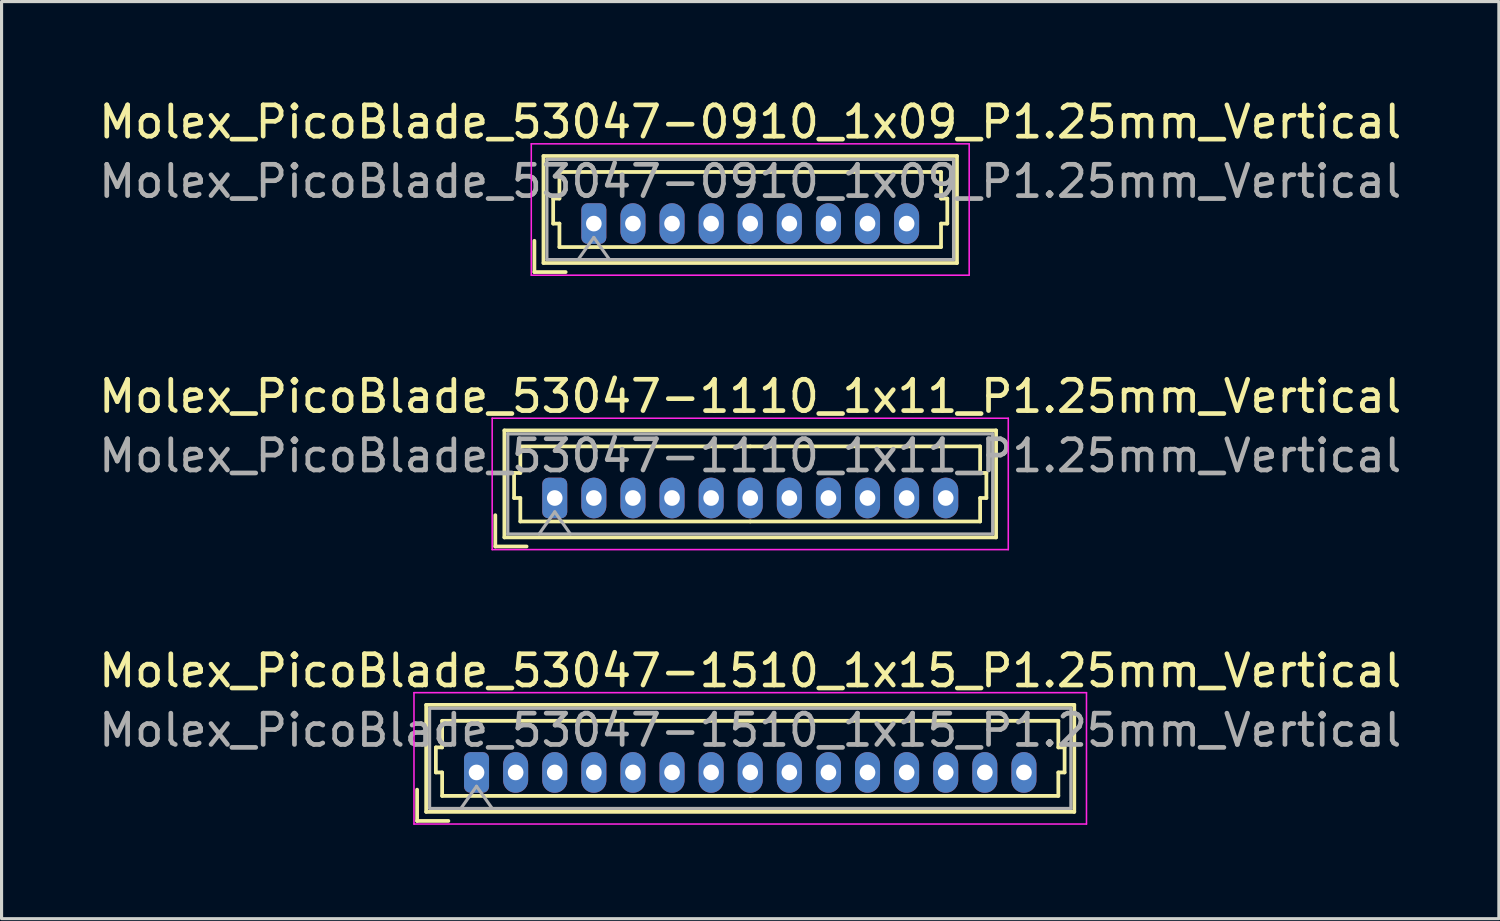
<source format=kicad_pcb>
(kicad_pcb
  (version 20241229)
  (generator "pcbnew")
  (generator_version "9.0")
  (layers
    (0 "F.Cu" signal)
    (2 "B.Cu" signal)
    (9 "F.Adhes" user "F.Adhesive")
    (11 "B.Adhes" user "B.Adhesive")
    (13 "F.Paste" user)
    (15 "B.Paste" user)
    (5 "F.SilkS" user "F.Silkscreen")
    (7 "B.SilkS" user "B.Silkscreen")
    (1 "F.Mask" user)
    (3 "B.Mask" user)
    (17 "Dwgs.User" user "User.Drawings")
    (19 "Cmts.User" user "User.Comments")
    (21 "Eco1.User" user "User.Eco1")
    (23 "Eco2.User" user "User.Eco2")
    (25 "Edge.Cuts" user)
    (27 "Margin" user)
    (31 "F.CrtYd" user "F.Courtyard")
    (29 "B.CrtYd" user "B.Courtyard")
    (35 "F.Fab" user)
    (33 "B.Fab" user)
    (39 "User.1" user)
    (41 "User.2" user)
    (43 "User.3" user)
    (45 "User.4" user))
  (footprint "Molex_PicoBlade_53047-0910_1x09_P1.25mm_Vertical"
    (layer "F.Cu")
    (at 15.935 4.098)
    (property "Reference" "Molex_PicoBlade_53047-0910_1x09_P1.25mm_Vertical" (at 5 -3.25 0) (layer "F.SilkS") (effects (font (size 1 1) (thickness 0.15))))
    (attr through_hole)
    (fp_line (start -1.9 1.55) (end -1.9 0.55) (stroke (width 0.12) (type solid)) (layer "F.SilkS"))
    (fp_line (start -1.9 1.55) (end -0.9 1.55) (stroke (width 0.12) (type solid)) (layer "F.SilkS"))
    (fp_line (start -1.61 -2.16) (end -1.61 1.26) (stroke (width 0.12) (type solid)) (layer "F.SilkS"))
    (fp_line (start -1.61 1.26) (end 11.61 1.26) (stroke (width 0.12) (type solid)) (layer "F.SilkS"))
    (fp_line (start -1.3 -0.8) (end -1.1 -0.8) (stroke (width 0.12) (type solid)) (layer "F.SilkS"))
    (fp_line (start -1.3 0) (end -1.3 -0.8) (stroke (width 0.12) (type solid)) (layer "F.SilkS"))
    (fp_line (start -1.1 -1.65) (end 5 -1.65) (stroke (width 0.12) (type solid)) (layer "F.SilkS"))
    (fp_line (start -1.1 -0.8) (end -1.1 -1.65) (stroke (width 0.12) (type solid)) (layer "F.SilkS"))
    (fp_line (start -1.1 0) (end -1.3 0) (stroke (width 0.12) (type solid)) (layer "F.SilkS"))
    (fp_line (start -1.1 0.75) (end -1.1 0) (stroke (width 0.12) (type solid)) (layer "F.SilkS"))
    (fp_line (start 5 0.75) (end -1.1 0.75) (stroke (width 0.12) (type solid)) (layer "F.SilkS"))
    (fp_line (start 5 0.75) (end 11.1 0.75) (stroke (width 0.12) (type solid)) (layer "F.SilkS"))
    (fp_line (start 11.1 -1.65) (end 5 -1.65) (stroke (width 0.12) (type solid)) (layer "F.SilkS"))
    (fp_line (start 11.1 -0.8) (end 11.1 -1.65) (stroke (width 0.12) (type solid)) (layer "F.SilkS"))
    (fp_line (start 11.1 0) (end 11.3 0) (stroke (width 0.12) (type solid)) (layer "F.SilkS"))
    (fp_line (start 11.1 0.75) (end 11.1 0) (stroke (width 0.12) (type solid)) (layer "F.SilkS"))
    (fp_line (start 11.3 -0.8) (end 11.1 -0.8) (stroke (width 0.12) (type solid)) (layer "F.SilkS"))
    (fp_line (start 11.3 0) (end 11.3 -0.8) (stroke (width 0.12) (type solid)) (layer "F.SilkS"))
    (fp_line (start 11.61 -2.16) (end -1.61 -2.16) (stroke (width 0.12) (type solid)) (layer "F.SilkS"))
    (fp_line (start 11.61 1.26) (end 11.61 -2.16) (stroke (width 0.12) (type solid)) (layer "F.SilkS"))
    (fp_line (start -2 -2.55) (end -2 1.65) (stroke (width 0.05) (type solid)) (layer "F.CrtYd"))
    (fp_line (start -2 1.65) (end 12 1.65) (stroke (width 0.05) (type solid)) (layer "F.CrtYd"))
    (fp_line (start 12 -2.55) (end -2 -2.55) (stroke (width 0.05) (type solid)) (layer "F.CrtYd"))
    (fp_line (start 12 1.65) (end 12 -2.55) (stroke (width 0.05) (type solid)) (layer "F.CrtYd"))
    (fp_line (start -1.5 -2.05) (end -1.5 1.15) (stroke (width 0.1) (type solid)) (layer "F.Fab"))
    (fp_line (start -1.5 1.15) (end 11.5 1.15) (stroke (width 0.1) (type solid)) (layer "F.Fab"))
    (fp_line (start -0.5 1.15) (end 0 0.443) (stroke (width 0.1) (type solid)) (layer "F.Fab"))
    (fp_line (start 0 0.443) (end 0.5 1.15) (stroke (width 0.1) (type solid)) (layer "F.Fab"))
    (fp_line (start 11.5 -2.05) (end -1.5 -2.05) (stroke (width 0.1) (type solid)) (layer "F.Fab"))
    (fp_line (start 11.5 1.15) (end 11.5 -2.05) (stroke (width 0.1) (type solid)) (layer "F.Fab"))
    (fp_text user "${REFERENCE}" (at 5 -1.35 0) (layer "F.Fab") (effects (font (size 1 1) (thickness 0.15))))
    (pad "1" thru_hole roundrect (at 0 0) (size 0.8 1.3) (drill 0.5) (layers "*.Cu" "*.Mask") (roundrect_rratio 0.25))
    (pad "2" thru_hole oval (at 1.25 0) (size 0.8 1.3) (drill 0.5) (layers "*.Cu" "*.Mask"))
    (pad "3" thru_hole oval (at 2.5 0) (size 0.8 1.3) (drill 0.5) (layers "*.Cu" "*.Mask"))
    (pad "4" thru_hole oval (at 3.75 0) (size 0.8 1.3) (drill 0.5) (layers "*.Cu" "*.Mask"))
    (pad "5" thru_hole oval (at 5 0) (size 0.8 1.3) (drill 0.5) (layers "*.Cu" "*.Mask"))
    (pad "6" thru_hole oval (at 6.25 0) (size 0.8 1.3) (drill 0.5) (layers "*.Cu" "*.Mask"))
    (pad "7" thru_hole oval (at 7.5 0) (size 0.8 1.3) (drill 0.5) (layers "*.Cu" "*.Mask"))
    (pad "8" thru_hole oval (at 8.75 0) (size 0.8 1.3) (drill 0.5) (layers "*.Cu" "*.Mask"))
    (pad "9" thru_hole oval (at 10 0) (size 0.8 1.3) (drill 0.5) (layers "*.Cu" "*.Mask")))
  (footprint "Molex_PicoBlade_53047-1510_1x15_P1.25mm_Vertical"
    (layer "F.Cu")
    (at 12.185 21.645)
    (property "Reference" "Molex_PicoBlade_53047-1510_1x15_P1.25mm_Vertical" (at 8.75 -3.25 0) (layer "F.SilkS") (effects (font (size 1 1) (thickness 0.15))))
    (attr through_hole)
    (fp_line (start -1.9 1.55) (end -1.9 0.55) (stroke (width 0.12) (type solid)) (layer "F.SilkS"))
    (fp_line (start -1.9 1.55) (end -0.9 1.55) (stroke (width 0.12) (type solid)) (layer "F.SilkS"))
    (fp_line (start -1.61 -2.16) (end -1.61 1.26) (stroke (width 0.12) (type solid)) (layer "F.SilkS"))
    (fp_line (start -1.61 1.26) (end 19.11 1.26) (stroke (width 0.12) (type solid)) (layer "F.SilkS"))
    (fp_line (start -1.3 -0.8) (end -1.1 -0.8) (stroke (width 0.12) (type solid)) (layer "F.SilkS"))
    (fp_line (start -1.3 0) (end -1.3 -0.8) (stroke (width 0.12) (type solid)) (layer "F.SilkS"))
    (fp_line (start -1.1 -1.65) (end 8.75 -1.65) (stroke (width 0.12) (type solid)) (layer "F.SilkS"))
    (fp_line (start -1.1 -0.8) (end -1.1 -1.65) (stroke (width 0.12) (type solid)) (layer "F.SilkS"))
    (fp_line (start -1.1 0) (end -1.3 0) (stroke (width 0.12) (type solid)) (layer "F.SilkS"))
    (fp_line (start -1.1 0.75) (end -1.1 0) (stroke (width 0.12) (type solid)) (layer "F.SilkS"))
    (fp_line (start 8.75 0.75) (end -1.1 0.75) (stroke (width 0.12) (type solid)) (layer "F.SilkS"))
    (fp_line (start 8.75 0.75) (end 18.6 0.75) (stroke (width 0.12) (type solid)) (layer "F.SilkS"))
    (fp_line (start 18.6 -1.65) (end 8.75 -1.65) (stroke (width 0.12) (type solid)) (layer "F.SilkS"))
    (fp_line (start 18.6 -0.8) (end 18.6 -1.65) (stroke (width 0.12) (type solid)) (layer "F.SilkS"))
    (fp_line (start 18.6 0) (end 18.8 0) (stroke (width 0.12) (type solid)) (layer "F.SilkS"))
    (fp_line (start 18.6 0.75) (end 18.6 0) (stroke (width 0.12) (type solid)) (layer "F.SilkS"))
    (fp_line (start 18.8 -0.8) (end 18.6 -0.8) (stroke (width 0.12) (type solid)) (layer "F.SilkS"))
    (fp_line (start 18.8 0) (end 18.8 -0.8) (stroke (width 0.12) (type solid)) (layer "F.SilkS"))
    (fp_line (start 19.11 -2.16) (end -1.61 -2.16) (stroke (width 0.12) (type solid)) (layer "F.SilkS"))
    (fp_line (start 19.11 1.26) (end 19.11 -2.16) (stroke (width 0.12) (type solid)) (layer "F.SilkS"))
    (fp_line (start -2 -2.55) (end -2 1.65) (stroke (width 0.05) (type solid)) (layer "F.CrtYd"))
    (fp_line (start -2 1.65) (end 19.5 1.65) (stroke (width 0.05) (type solid)) (layer "F.CrtYd"))
    (fp_line (start 19.5 -2.55) (end -2 -2.55) (stroke (width 0.05) (type solid)) (layer "F.CrtYd"))
    (fp_line (start 19.5 1.65) (end 19.5 -2.55) (stroke (width 0.05) (type solid)) (layer "F.CrtYd"))
    (fp_line (start -1.5 -2.05) (end -1.5 1.15) (stroke (width 0.1) (type solid)) (layer "F.Fab"))
    (fp_line (start -1.5 1.15) (end 19 1.15) (stroke (width 0.1) (type solid)) (layer "F.Fab"))
    (fp_line (start -0.5 1.15) (end 0 0.443) (stroke (width 0.1) (type solid)) (layer "F.Fab"))
    (fp_line (start 0 0.443) (end 0.5 1.15) (stroke (width 0.1) (type solid)) (layer "F.Fab"))
    (fp_line (start 19 -2.05) (end -1.5 -2.05) (stroke (width 0.1) (type solid)) (layer "F.Fab"))
    (fp_line (start 19 1.15) (end 19 -2.05) (stroke (width 0.1) (type solid)) (layer "F.Fab"))
    (fp_text user "${REFERENCE}" (at 8.75 -1.35 0) (layer "F.Fab") (effects (font (size 1 1) (thickness 0.15))))
    (pad "1" thru_hole roundrect (at 0 0) (size 0.8 1.3) (drill 0.5) (layers "*.Cu" "*.Mask") (roundrect_rratio 0.25))
    (pad "2" thru_hole oval (at 1.25 0) (size 0.8 1.3) (drill 0.5) (layers "*.Cu" "*.Mask"))
    (pad "3" thru_hole oval (at 2.5 0) (size 0.8 1.3) (drill 0.5) (layers "*.Cu" "*.Mask"))
    (pad "4" thru_hole oval (at 3.75 0) (size 0.8 1.3) (drill 0.5) (layers "*.Cu" "*.Mask"))
    (pad "5" thru_hole oval (at 5 0) (size 0.8 1.3) (drill 0.5) (layers "*.Cu" "*.Mask"))
    (pad "6" thru_hole oval (at 6.25 0) (size 0.8 1.3) (drill 0.5) (layers "*.Cu" "*.Mask"))
    (pad "7" thru_hole oval (at 7.5 0) (size 0.8 1.3) (drill 0.5) (layers "*.Cu" "*.Mask"))
    (pad "8" thru_hole oval (at 8.75 0) (size 0.8 1.3) (drill 0.5) (layers "*.Cu" "*.Mask"))
    (pad "9" thru_hole oval (at 10 0) (size 0.8 1.3) (drill 0.5) (layers "*.Cu" "*.Mask"))
    (pad "10" thru_hole oval (at 11.25 0) (size 0.8 1.3) (drill 0.5) (layers "*.Cu" "*.Mask"))
    (pad "11" thru_hole oval (at 12.5 0) (size 0.8 1.3) (drill 0.5) (layers "*.Cu" "*.Mask"))
    (pad "12" thru_hole oval (at 13.75 0) (size 0.8 1.3) (drill 0.5) (layers "*.Cu" "*.Mask"))
    (pad "13" thru_hole oval (at 15 0) (size 0.8 1.3) (drill 0.5) (layers "*.Cu" "*.Mask"))
    (pad "14" thru_hole oval (at 16.25 0) (size 0.8 1.3) (drill 0.5) (layers "*.Cu" "*.Mask"))
    (pad "15" thru_hole oval (at 17.5 0) (size 0.8 1.3) (drill 0.5) (layers "*.Cu" "*.Mask")))
  (footprint "Molex_PicoBlade_53047-1110_1x11_P1.25mm_Vertical"
    (layer "F.Cu")
    (at 14.685 12.871)
    (property "Reference" "Molex_PicoBlade_53047-1110_1x11_P1.25mm_Vertical" (at 6.25 -3.25 0) (layer "F.SilkS") (effects (font (size 1 1) (thickness 0.15))))
    (attr through_hole)
    (fp_line (start -1.9 1.55) (end -1.9 0.55) (stroke (width 0.12) (type solid)) (layer "F.SilkS"))
    (fp_line (start -1.9 1.55) (end -0.9 1.55) (stroke (width 0.12) (type solid)) (layer "F.SilkS"))
    (fp_line (start -1.61 -2.16) (end -1.61 1.26) (stroke (width 0.12) (type solid)) (layer "F.SilkS"))
    (fp_line (start -1.61 1.26) (end 14.11 1.26) (stroke (width 0.12) (type solid)) (layer "F.SilkS"))
    (fp_line (start -1.3 -0.8) (end -1.1 -0.8) (stroke (width 0.12) (type solid)) (layer "F.SilkS"))
    (fp_line (start -1.3 0) (end -1.3 -0.8) (stroke (width 0.12) (type solid)) (layer "F.SilkS"))
    (fp_line (start -1.1 -1.65) (end 6.25 -1.65) (stroke (width 0.12) (type solid)) (layer "F.SilkS"))
    (fp_line (start -1.1 -0.8) (end -1.1 -1.65) (stroke (width 0.12) (type solid)) (layer "F.SilkS"))
    (fp_line (start -1.1 0) (end -1.3 0) (stroke (width 0.12) (type solid)) (layer "F.SilkS"))
    (fp_line (start -1.1 0.75) (end -1.1 0) (stroke (width 0.12) (type solid)) (layer "F.SilkS"))
    (fp_line (start 6.25 0.75) (end -1.1 0.75) (stroke (width 0.12) (type solid)) (layer "F.SilkS"))
    (fp_line (start 6.25 0.75) (end 13.6 0.75) (stroke (width 0.12) (type solid)) (layer "F.SilkS"))
    (fp_line (start 13.6 -1.65) (end 6.25 -1.65) (stroke (width 0.12) (type solid)) (layer "F.SilkS"))
    (fp_line (start 13.6 -0.8) (end 13.6 -1.65) (stroke (width 0.12) (type solid)) (layer "F.SilkS"))
    (fp_line (start 13.6 0) (end 13.8 0) (stroke (width 0.12) (type solid)) (layer "F.SilkS"))
    (fp_line (start 13.6 0.75) (end 13.6 0) (stroke (width 0.12) (type solid)) (layer "F.SilkS"))
    (fp_line (start 13.8 -0.8) (end 13.6 -0.8) (stroke (width 0.12) (type solid)) (layer "F.SilkS"))
    (fp_line (start 13.8 0) (end 13.8 -0.8) (stroke (width 0.12) (type solid)) (layer "F.SilkS"))
    (fp_line (start 14.11 -2.16) (end -1.61 -2.16) (stroke (width 0.12) (type solid)) (layer "F.SilkS"))
    (fp_line (start 14.11 1.26) (end 14.11 -2.16) (stroke (width 0.12) (type solid)) (layer "F.SilkS"))
    (fp_line (start -2 -2.55) (end -2 1.65) (stroke (width 0.05) (type solid)) (layer "F.CrtYd"))
    (fp_line (start -2 1.65) (end 14.5 1.65) (stroke (width 0.05) (type solid)) (layer "F.CrtYd"))
    (fp_line (start 14.5 -2.55) (end -2 -2.55) (stroke (width 0.05) (type solid)) (layer "F.CrtYd"))
    (fp_line (start 14.5 1.65) (end 14.5 -2.55) (stroke (width 0.05) (type solid)) (layer "F.CrtYd"))
    (fp_line (start -1.5 -2.05) (end -1.5 1.15) (stroke (width 0.1) (type solid)) (layer "F.Fab"))
    (fp_line (start -1.5 1.15) (end 14 1.15) (stroke (width 0.1) (type solid)) (layer "F.Fab"))
    (fp_line (start -0.5 1.15) (end 0 0.443) (stroke (width 0.1) (type solid)) (layer "F.Fab"))
    (fp_line (start 0 0.443) (end 0.5 1.15) (stroke (width 0.1) (type solid)) (layer "F.Fab"))
    (fp_line (start 14 -2.05) (end -1.5 -2.05) (stroke (width 0.1) (type solid)) (layer "F.Fab"))
    (fp_line (start 14 1.15) (end 14 -2.05) (stroke (width 0.1) (type solid)) (layer "F.Fab"))
    (fp_text user "${REFERENCE}" (at 6.25 -1.35 0) (layer "F.Fab") (effects (font (size 1 1) (thickness 0.15))))
    (pad "1" thru_hole roundrect (at 0 0) (size 0.8 1.3) (drill 0.5) (layers "*.Cu" "*.Mask") (roundrect_rratio 0.25))
    (pad "2" thru_hole oval (at 1.25 0) (size 0.8 1.3) (drill 0.5) (layers "*.Cu" "*.Mask"))
    (pad "3" thru_hole oval (at 2.5 0) (size 0.8 1.3) (drill 0.5) (layers "*.Cu" "*.Mask"))
    (pad "4" thru_hole oval (at 3.75 0) (size 0.8 1.3) (drill 0.5) (layers "*.Cu" "*.Mask"))
    (pad "5" thru_hole oval (at 5 0) (size 0.8 1.3) (drill 0.5) (layers "*.Cu" "*.Mask"))
    (pad "6" thru_hole oval (at 6.25 0) (size 0.8 1.3) (drill 0.5) (layers "*.Cu" "*.Mask"))
    (pad "7" thru_hole oval (at 7.5 0) (size 0.8 1.3) (drill 0.5) (layers "*.Cu" "*.Mask"))
    (pad "8" thru_hole oval (at 8.75 0) (size 0.8 1.3) (drill 0.5) (layers "*.Cu" "*.Mask"))
    (pad "9" thru_hole oval (at 10 0) (size 0.8 1.3) (drill 0.5) (layers "*.Cu" "*.Mask"))
    (pad "10" thru_hole oval (at 11.25 0) (size 0.8 1.3) (drill 0.5) (layers "*.Cu" "*.Mask"))
    (pad "11" thru_hole oval (at 12.5 0) (size 0.8 1.3) (drill 0.5) (layers "*.Cu" "*.Mask")))
  (gr_rect
    (start -3 -3)
    (end 44.869 26.32)
    (stroke (width 0.1) (type default))
    (fill no)
    (layer "Edge.Cuts")))
</source>
